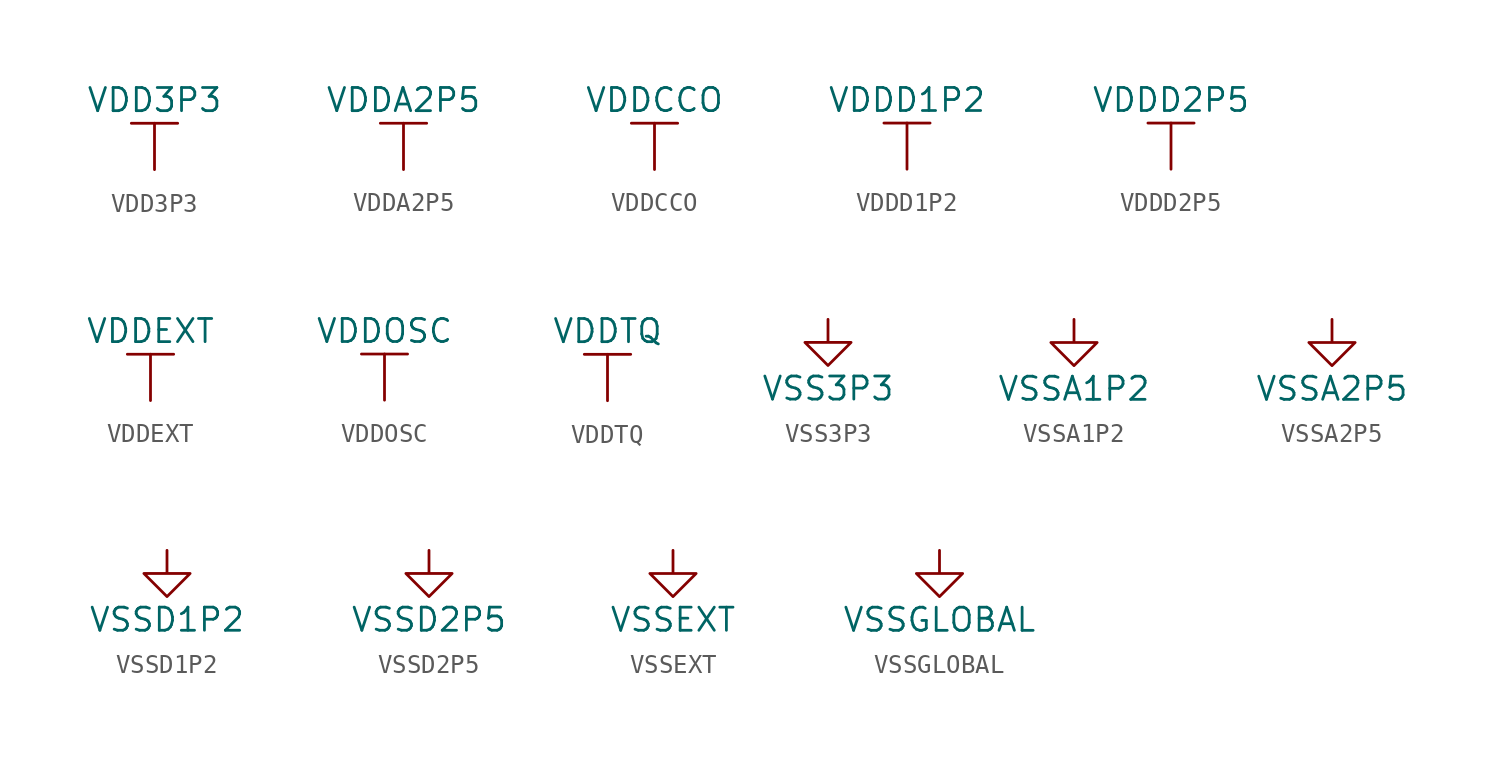
<source format=kicad_sym>
(kicad_symbol_lib
  (version 20220914)
  (generator kicad_symbol_editor)
  (symbol "VDD3P3"
    (power)
    (pin_names
      (offset 0))
    (property "Reference" "#PWR"
      (at 0 -3.81 0)
      (effects (font (size 1.27 1.27)) hide))
    (property "Value" "VDD3P3"
      (at 0 3.81 0)
      (effects (font (size 1.27 1.27))))
    (symbol "VDD3P3_0_1"
      (polyline (pts (xy -1.27 2.54) (xy 1.27 2.54)) (stroke (width 0) (type default)) (fill (type none)))
      (polyline (pts (xy 0 0) (xy 0 2.54)) (stroke (width 0) (type default)) (fill (type none))))
    (symbol "VDD3P3_1_1"
      (pin power_in line (at 0 0 90) (length 0) hide (name "VDD3P3" (effects (font (size 1.27 1.27)))) (number "1" (effects (font (size 1.27 1.27)))))))
  (symbol "VDDA2P5"
    (power)
    (pin_names
      (offset 0))
    (property "Reference" "#PWR"
      (at 0 -3.81 0)
      (effects (font (size 1.27 1.27)) hide))
    (property "Value" "VDDA2P5"
      (at 0 3.81 0)
      (effects (font (size 1.27 1.27))))
    (symbol "VDDA2P5_0_1"
      (polyline (pts (xy -1.27 2.54) (xy 1.27 2.54)) (stroke (width 0) (type default)) (fill (type none)))
      (polyline (pts (xy 0 0) (xy 0 2.54)) (stroke (width 0) (type default)) (fill (type none))))
    (symbol "VDDA2P5_1_1"
      (pin power_in line (at 0 0 90) (length 0) hide (name "VDDA2P5" (effects (font (size 1.27 1.27)))) (number "1" (effects (font (size 1.27 1.27)))))))
  (symbol "VDDCCO"
    (power)
    (pin_names
      (offset 0))
    (property "Reference" "#PWR"
      (at 0 -3.81 0)
      (effects (font (size 1.27 1.27)) hide))
    (property "Value" "VDDCCO"
      (at 0 3.81 0)
      (effects (font (size 1.27 1.27))))
    (symbol "VDDCCO_0_1"
      (polyline (pts (xy -1.27 2.54) (xy 1.27 2.54)) (stroke (width 0) (type default)) (fill (type none)))
      (polyline (pts (xy 0 0) (xy 0 2.54)) (stroke (width 0) (type default)) (fill (type none))))
    (symbol "VDDCCO_1_1"
      (pin power_in line (at 0 0 90) (length 0) hide (name "VDDCCO" (effects (font (size 1.27 1.27)))) (number "1" (effects (font (size 1.27 1.27)))))))
  (symbol "VDDD1P2"
    (power)
    (pin_names
      (offset 0))
    (property "Reference" "#PWR"
      (at 0 -3.81 0)
      (effects (font (size 1.27 1.27)) hide))
    (property "Value" "VDDD1P2"
      (at 0 3.81 0)
      (effects (font (size 1.27 1.27))))
    (symbol "VDDD1P2_0_1"
      (polyline (pts (xy -1.27 2.54) (xy 1.27 2.54)) (stroke (width 0) (type default)) (fill (type none)))
      (polyline (pts (xy 0 0) (xy 0 2.54)) (stroke (width 0) (type default)) (fill (type none))))
    (symbol "VDDD1P2_1_1"
      (pin power_in line (at 0 0 90) (length 0) hide (name "VDDD1P2" (effects (font (size 1.27 1.27)))) (number "1" (effects (font (size 1.27 1.27)))))))
  (symbol "VDDD2P5"
    (power)
    (pin_names
      (offset 0))
    (property "Reference" "#PWR"
      (at 0 -3.81 0)
      (effects (font (size 1.27 1.27)) hide))
    (property "Value" "VDDD2P5"
      (at 0 3.81 0)
      (effects (font (size 1.27 1.27))))
    (symbol "VDDD2P5_0_1"
      (polyline (pts (xy -1.27 2.54) (xy 1.27 2.54)) (stroke (width 0) (type default)) (fill (type none)))
      (polyline (pts (xy 0 0) (xy 0 2.54)) (stroke (width 0) (type default)) (fill (type none))))
    (symbol "VDDD2P5_1_1"
      (pin power_in line (at 0 0 90) (length 0) hide (name "VDDD2P5" (effects (font (size 1.27 1.27)))) (number "1" (effects (font (size 1.27 1.27)))))))
  (symbol "VDDEXT"
    (power)
    (pin_names
      (offset 0))
    (property "Reference" "#PWR"
      (at 0 -3.81 0)
      (effects (font (size 1.27 1.27)) hide))
    (property "Value" "VDDEXT"
      (at 0 3.81 0)
      (effects (font (size 1.27 1.27))))
    (symbol "VDDEXT_0_1"
      (polyline (pts (xy -1.27 2.54) (xy 1.27 2.54)) (stroke (width 0) (type default)) (fill (type none)))
      (polyline (pts (xy 0 0) (xy 0 2.54)) (stroke (width 0) (type default)) (fill (type none))))
    (symbol "VDDEXT_1_1"
      (pin power_in line (at 0 0 90) (length 0) hide (name "VDDEXT" (effects (font (size 1.27 1.27)))) (number "1" (effects (font (size 1.27 1.27)))))))
  (symbol "VDDOSC"
    (power)
    (pin_names
      (offset 0))
    (property "Reference" "#PWR"
      (at 0 -3.81 0)
      (effects (font (size 1.27 1.27)) hide))
    (property "Value" "VDDOSC"
      (at 0 3.81 0)
      (effects (font (size 1.27 1.27))))
    (symbol "VDDOSC_0_1"
      (polyline (pts (xy -1.27 2.54) (xy 1.27 2.54)) (stroke (width 0) (type default)) (fill (type none)))
      (polyline (pts (xy 0 0) (xy 0 2.54)) (stroke (width 0) (type default)) (fill (type none))))
    (symbol "VDDOSC_1_1"
      (pin power_in line (at 0 0 90) (length 0) hide (name "VDDOSC" (effects (font (size 1.27 1.27)))) (number "1" (effects (font (size 1.27 1.27)))))))
  (symbol "VDDTQ"
    (power)
    (pin_names
      (offset 0))
    (property "Reference" "#PWR"
      (at 0 -3.81 0)
      (effects (font (size 1.27 1.27)) hide))
    (property "Value" "VDDTQ"
      (at 0 3.81 0)
      (effects (font (size 1.27 1.27))))
    (symbol "VDDTQ_0_1"
      (polyline (pts (xy -1.27 2.54) (xy 1.27 2.54)) (stroke (width 0) (type default)) (fill (type none)))
      (polyline (pts (xy 0 0) (xy 0 2.54)) (stroke (width 0) (type default)) (fill (type none))))
    (symbol "VDDTQ_1_1"
      (pin power_in line (at 0 0 90) (length 0) hide (name "VDDTQ" (effects (font (size 1.27 1.27)))) (number "1" (effects (font (size 1.27 1.27)))))))
  (symbol "VSS3P3"
    (power)
    (pin_names
      (offset 0))
    (property "Reference" "#PWR"
      (at 0 -6.35 0)
      (effects (font (size 1.27 1.27)) hide))
    (property "Value" "VSS3P3"
      (at 0 -3.81 0)
      (effects (font (size 1.27 1.27))))
    (symbol "VSS3P3_0_1"
      (polyline (pts (xy 0 0) (xy 0 -1.27) (xy 1.27 -1.27) (xy 0 -2.54) (xy -1.27 -1.27) (xy 0 -1.27)) (stroke (width 0) (type default)) (fill (type none))))
    (symbol "VSS3P3_1_1"
      (pin power_in line (at 0 0 270) (length 0) hide (name "VSS3P3" (effects (font (size 1.27 1.27)))) (number "1" (effects (font (size 1.27 1.27)))))))
  (symbol "VSSA1P2"
    (power)
    (pin_names
      (offset 0))
    (property "Reference" "#PWR"
      (at 0 -6.35 0)
      (effects (font (size 1.27 1.27)) hide))
    (property "Value" "VSSA1P2"
      (at 0 -3.81 0)
      (effects (font (size 1.27 1.27))))
    (symbol "VSSA1P2_0_1"
      (polyline (pts (xy 0 0) (xy 0 -1.27) (xy 1.27 -1.27) (xy 0 -2.54) (xy -1.27 -1.27) (xy 0 -1.27)) (stroke (width 0) (type default)) (fill (type none))))
    (symbol "VSSA1P2_1_1"
      (pin power_in line (at 0 0 270) (length 0) hide (name "VSSA1P2" (effects (font (size 1.27 1.27)))) (number "1" (effects (font (size 1.27 1.27)))))))
  (symbol "VSSA2P5"
    (power)
    (pin_names
      (offset 0))
    (property "Reference" "#PWR"
      (at 0 -6.35 0)
      (effects (font (size 1.27 1.27)) hide))
    (property "Value" "VSSA2P5"
      (at 0 -3.81 0)
      (effects (font (size 1.27 1.27))))
    (symbol "VSSA2P5_0_1"
      (polyline (pts (xy 0 0) (xy 0 -1.27) (xy 1.27 -1.27) (xy 0 -2.54) (xy -1.27 -1.27) (xy 0 -1.27)) (stroke (width 0) (type default)) (fill (type none))))
    (symbol "VSSA2P5_1_1"
      (pin power_in line (at 0 0 270) (length 0) hide (name "VSSA2P5" (effects (font (size 1.27 1.27)))) (number "1" (effects (font (size 1.27 1.27)))))))
  (symbol "VSSD1P2"
    (power)
    (pin_names
      (offset 0))
    (property "Reference" "#PWR"
      (at 0 -6.35 0)
      (effects (font (size 1.27 1.27)) hide))
    (property "Value" "VSSD1P2"
      (at 0 -3.81 0)
      (effects (font (size 1.27 1.27))))
    (symbol "VSSD1P2_0_1"
      (polyline (pts (xy 0 0) (xy 0 -1.27) (xy 1.27 -1.27) (xy 0 -2.54) (xy -1.27 -1.27) (xy 0 -1.27)) (stroke (width 0) (type default)) (fill (type none))))
    (symbol "VSSD1P2_1_1"
      (pin power_in line (at 0 0 270) (length 0) hide (name "VSSD1P2" (effects (font (size 1.27 1.27)))) (number "1" (effects (font (size 1.27 1.27)))))))
  (symbol "VSSD2P5"
    (power)
    (pin_names
      (offset 0))
    (property "Reference" "#PWR"
      (at 0 -6.35 0)
      (effects (font (size 1.27 1.27)) hide))
    (property "Value" "VSSD2P5"
      (at 0 -3.81 0)
      (effects (font (size 1.27 1.27))))
    (symbol "VSSD2P5_0_1"
      (polyline (pts (xy 0 0) (xy 0 -1.27) (xy 1.27 -1.27) (xy 0 -2.54) (xy -1.27 -1.27) (xy 0 -1.27)) (stroke (width 0) (type default)) (fill (type none))))
    (symbol "VSSD2P5_1_1"
      (pin power_in line (at 0 0 270) (length 0) hide (name "VSSD2P5" (effects (font (size 1.27 1.27)))) (number "1" (effects (font (size 1.27 1.27)))))))
  (symbol "VSSEXT"
    (power)
    (pin_names
      (offset 0))
    (property "Reference" "#PWR"
      (at 0 -6.35 0)
      (effects (font (size 1.27 1.27)) hide))
    (property "Value" "VSSEXT"
      (at 0 -3.81 0)
      (effects (font (size 1.27 1.27))))
    (symbol "VSSEXT_0_1"
      (polyline (pts (xy 0 0) (xy 0 -1.27) (xy 1.27 -1.27) (xy 0 -2.54) (xy -1.27 -1.27) (xy 0 -1.27)) (stroke (width 0) (type default)) (fill (type none))))
    (symbol "VSSEXT_1_1"
      (pin power_in line (at 0 0 270) (length 0) hide (name "VSSGLOBAL" (effects (font (size 1.27 1.27)))) (number "1" (effects (font (size 1.27 1.27)))))))
  (symbol "VSSGLOBAL"
    (power)
    (pin_names
      (offset 0))
    (property "Reference" "#PWR"
      (at 0 -6.35 0)
      (effects (font (size 1.27 1.27)) hide))
    (property "Value" "VSSGLOBAL"
      (at 0 -3.81 0)
      (effects (font (size 1.27 1.27))))
    (symbol "VSSGLOBAL_0_1"
      (polyline (pts (xy 0 0) (xy 0 -1.27) (xy 1.27 -1.27) (xy 0 -2.54) (xy -1.27 -1.27) (xy 0 -1.27)) (stroke (width 0) (type default)) (fill (type none))))
    (symbol "VSSGLOBAL_1_1"
      (pin power_in line (at 0 0 270) (length 0) hide (name "VSSGLOBAL" (effects (font (size 1.27 1.27)))) (number "1" (effects (font (size 1.27 1.27))))))))
</source>
